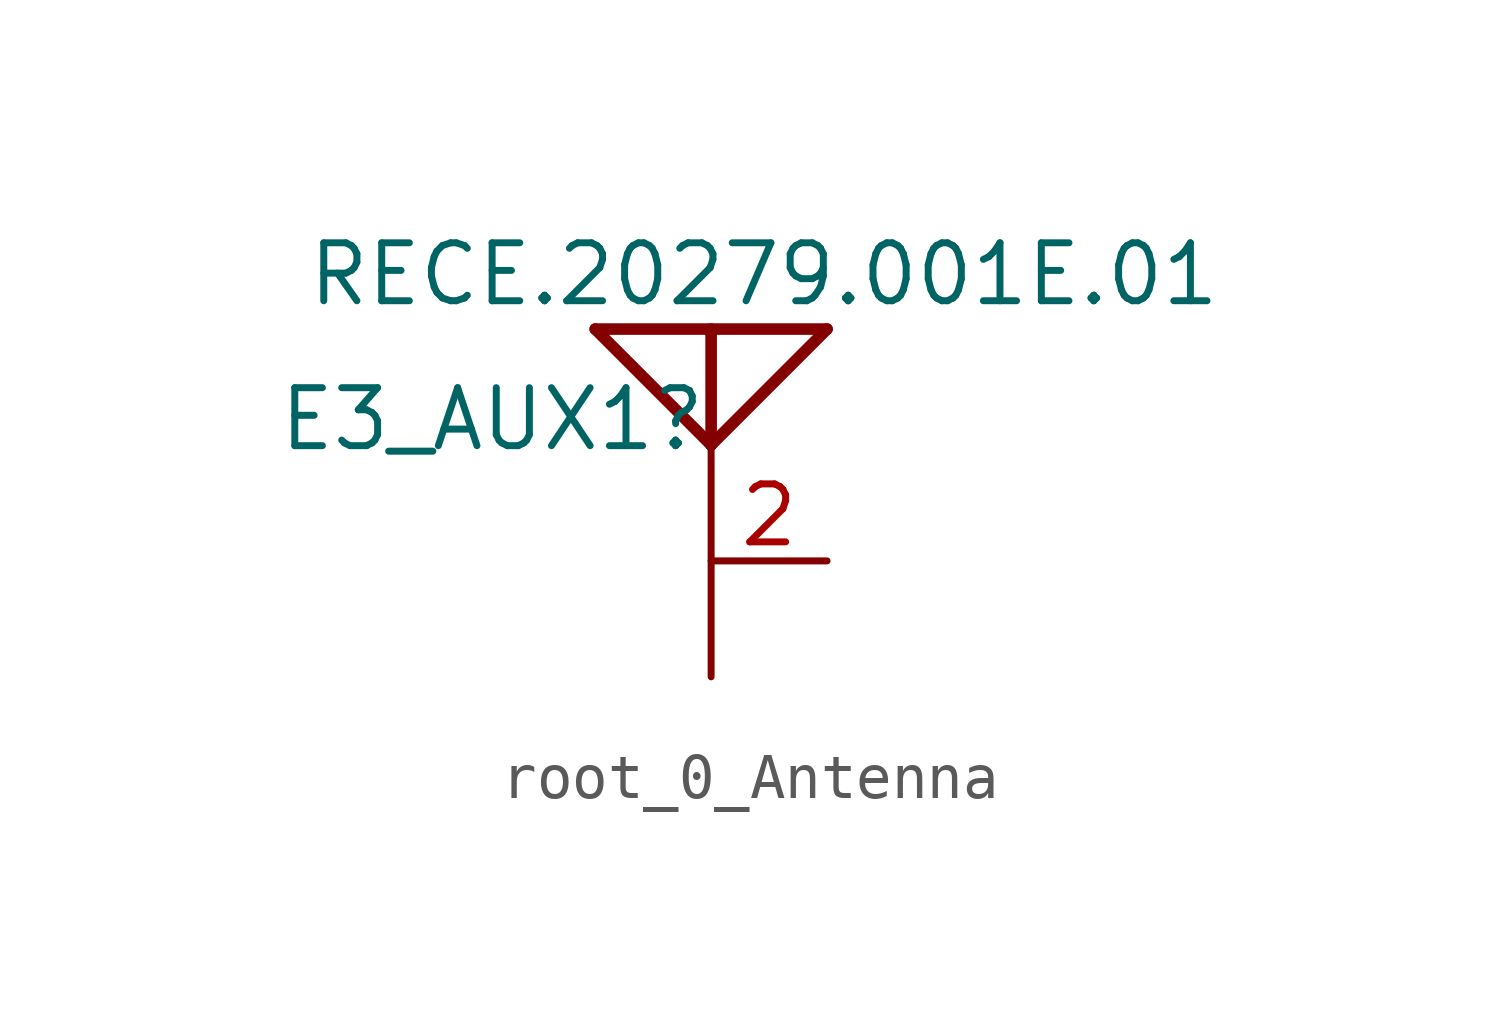
<source format=kicad_sym>
(kicad_symbol_lib
  (version 20220914)
  (generator kicad_symbol_editor)
  (symbol "root_0_Antenna"
    (property "Reference" "E3_AUX1"
      (at -6.985 -2.718 0)
      (effects (font (size 1.27 1.27)) (justify left bottom)))
    (property "Value" "RECE.20279.001E.01"
      (at -6.35 0.457 0)
      (effects (font (size 1.27 1.27)) (justify left bottom)))
    (symbol "root_0_Antenna_1_0"
      (polyline (pts (xy 0 0) (xy 2.54 -2.54)) (stroke (width 0.254) (type solid)) (fill (type none)))
      (polyline (pts (xy 0 0) (xy 5.08 0)) (stroke (width 0.254) (type solid)) (fill (type none)))
      (polyline (pts (xy 2.54 0) (xy 2.54 -2.54)) (stroke (width 0.254) (type solid)) (fill (type none)))
      (polyline (pts (xy 5.08 0) (xy 2.54 -2.54)) (stroke (width 0.254) (type solid)) (fill (type none)))
      (pin passive line (at 2.54 -7.62 90) (length 5.08) (name "A" (effects (font (size 0 0)))) (number "1" (effects (font (size 0 0)))))
      (pin power_in line (at 5.08 -5.08 180) (length 2.54) (name "" (effects (font (size 1.27 1.27)))) (number "2" (effects (font (size 1.27 1.27))))))))
</source>
